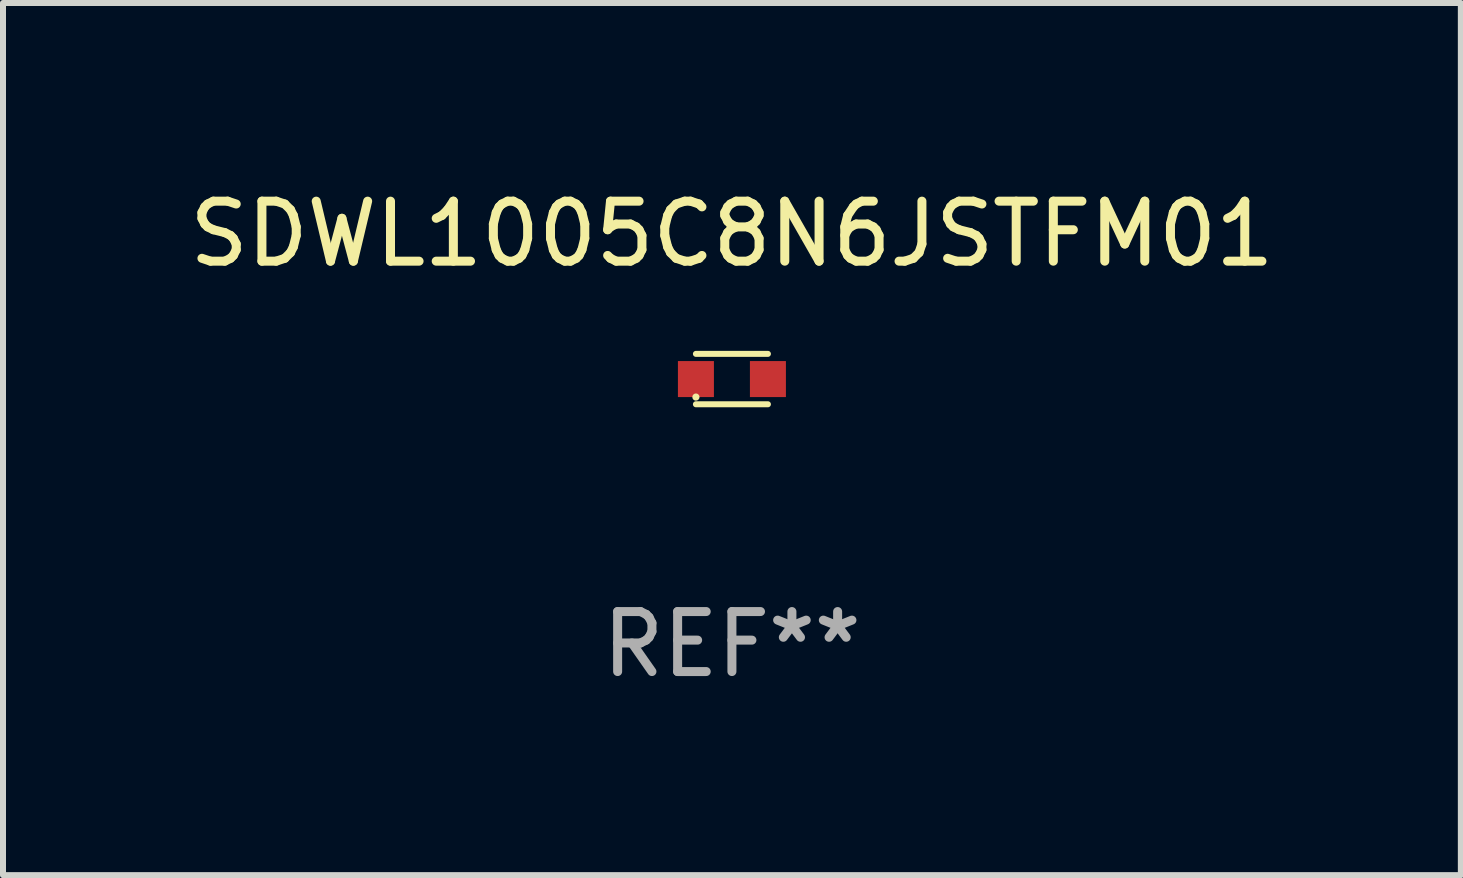
<source format=kicad_pcb>
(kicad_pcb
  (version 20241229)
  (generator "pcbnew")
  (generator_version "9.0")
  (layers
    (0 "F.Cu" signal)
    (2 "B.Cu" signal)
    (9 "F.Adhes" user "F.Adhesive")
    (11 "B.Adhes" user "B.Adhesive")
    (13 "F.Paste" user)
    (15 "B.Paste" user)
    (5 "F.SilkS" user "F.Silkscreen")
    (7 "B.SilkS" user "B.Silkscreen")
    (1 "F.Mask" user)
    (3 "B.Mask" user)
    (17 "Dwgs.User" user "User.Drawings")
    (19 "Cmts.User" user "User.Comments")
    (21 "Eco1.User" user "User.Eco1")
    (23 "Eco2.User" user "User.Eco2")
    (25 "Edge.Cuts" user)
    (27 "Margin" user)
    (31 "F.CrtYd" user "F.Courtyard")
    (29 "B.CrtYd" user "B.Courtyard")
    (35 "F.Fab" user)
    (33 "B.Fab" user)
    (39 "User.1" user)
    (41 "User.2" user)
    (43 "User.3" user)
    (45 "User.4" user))
  (footprint "SDWL1005C8N6JSTFM01"
    (layer "F.Cu")
    (at 9.149 3.268)
    (property "Reference" "SDWL1005C8N6JSTFM01" (at 0 -2.42 0) (layer "F.SilkS") (effects (font (size 1 1) (thickness 0.15))))
    (attr through_hole)
    (fp_line (start -0.6 -0.42) (end 0.6 -0.42) (stroke (width 0.1) (type solid)) (layer "F.SilkS"))
    (fp_line (start -0.6 0.42) (end 0.6 0.42) (stroke (width 0.1) (type solid)) (layer "F.SilkS"))
    (fp_circle (center -0.6 0.3) (end -0.57 0.3) (stroke (width 0.06) (type solid)) (fill no) (layer "F.SilkS"))
    (fp_text user "REF**" (at 0 4.42 0) (layer "F.Fab") (effects (font (size 1 1) (thickness 0.15))))
    (pad "1" smd rect (at -0.6 0) (size 0.6 0.6) (layers "F.Cu" "F.Mask" "F.Paste"))
    (pad "2" smd rect (at 0.6 0) (size 0.6 0.6) (layers "F.Cu" "F.Mask" "F.Paste")))
  (gr_rect
    (start -3 -3)
    (end 21.298 11.536)
    (stroke (width 0.1) (type default))
    (fill no)
    (layer "Edge.Cuts")))
</source>
